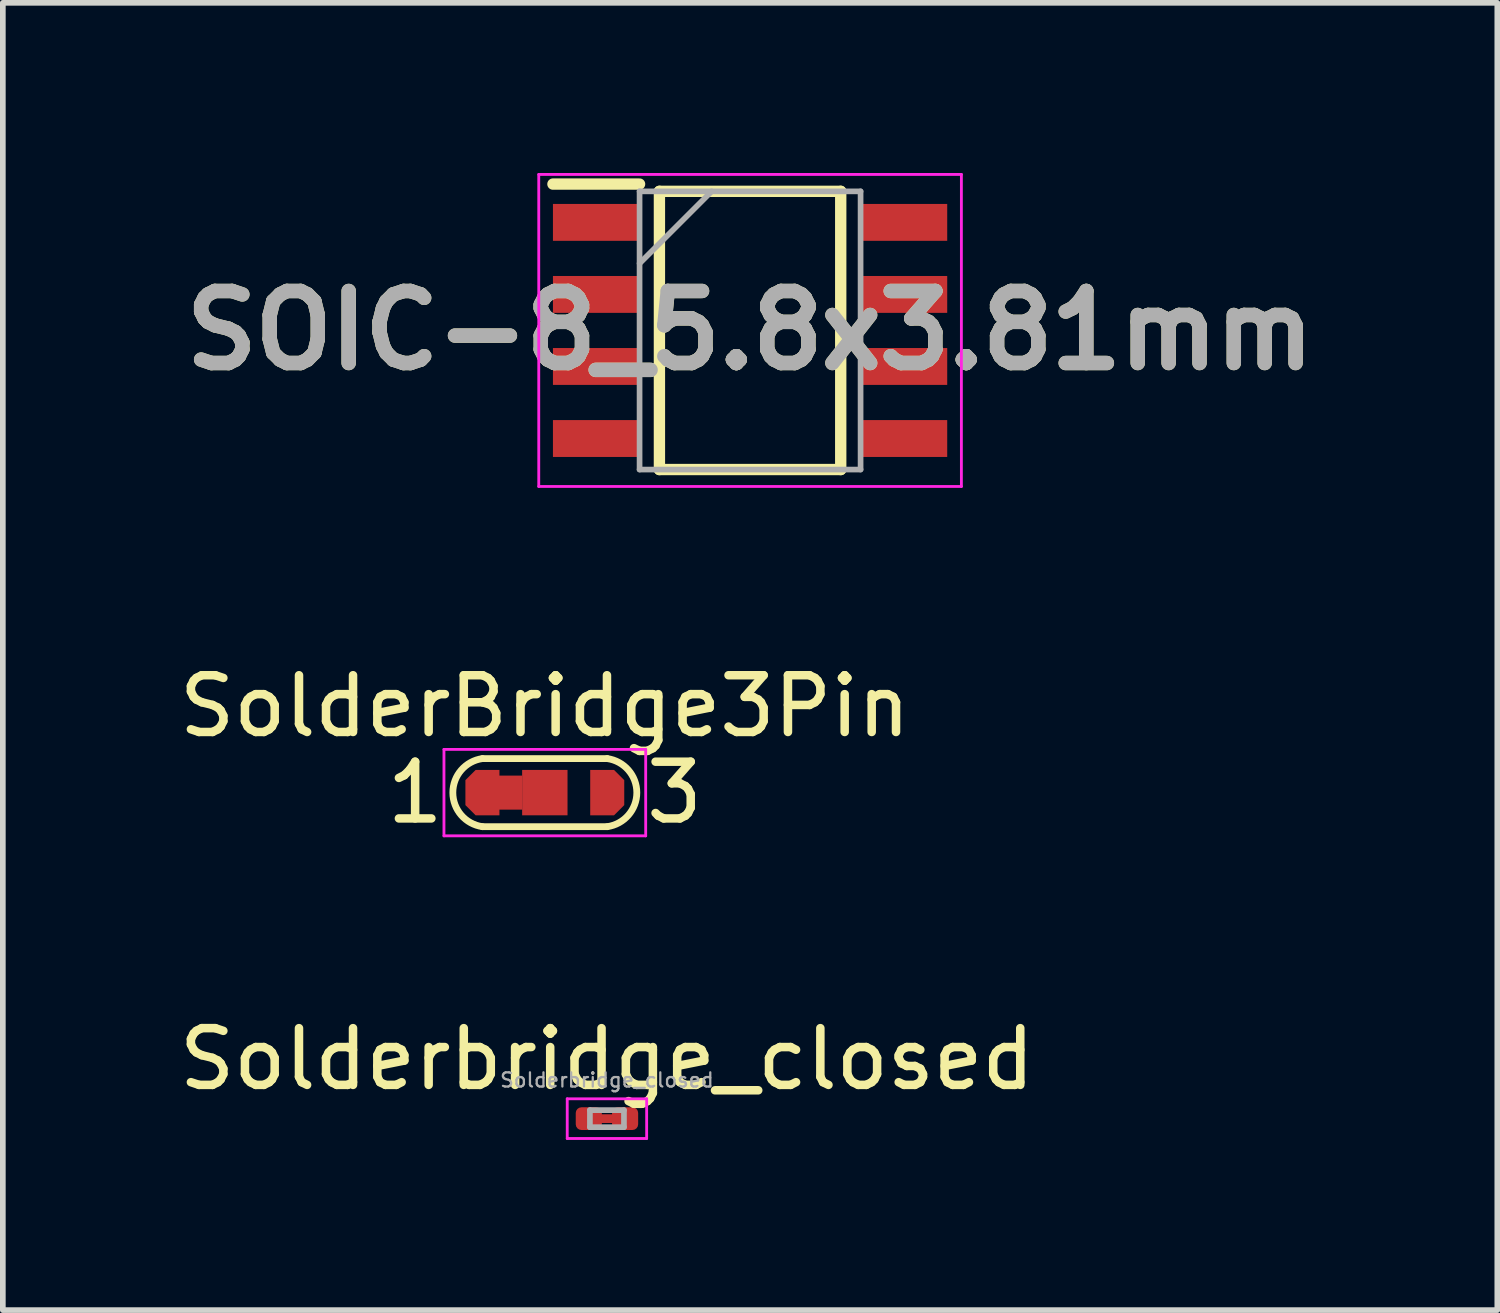
<source format=kicad_pcb>
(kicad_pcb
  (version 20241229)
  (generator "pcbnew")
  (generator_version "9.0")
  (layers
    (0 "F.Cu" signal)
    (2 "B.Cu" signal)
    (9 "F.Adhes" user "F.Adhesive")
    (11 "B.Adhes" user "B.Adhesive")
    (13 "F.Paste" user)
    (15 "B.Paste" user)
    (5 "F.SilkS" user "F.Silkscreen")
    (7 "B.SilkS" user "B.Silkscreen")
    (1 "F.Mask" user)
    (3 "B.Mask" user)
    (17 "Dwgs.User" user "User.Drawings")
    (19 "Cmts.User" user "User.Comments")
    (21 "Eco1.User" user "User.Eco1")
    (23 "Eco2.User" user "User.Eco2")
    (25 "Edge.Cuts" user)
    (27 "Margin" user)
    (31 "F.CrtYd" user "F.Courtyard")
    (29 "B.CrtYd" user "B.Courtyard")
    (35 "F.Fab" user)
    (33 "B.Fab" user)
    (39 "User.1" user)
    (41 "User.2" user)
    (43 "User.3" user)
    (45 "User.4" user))
  (footprint "SOIC-8_5.8x3.81mm"
    (layer "F.Cu")
    (at 10.172 2.775)
    (property "Reference" "SOIC-8_5.8x3.81mm" (at 0 0 0) (layer "F.SilkS") (effects (font (size 1.27 1.27) (thickness 0.254))))
    (attr smd)
    (fp_line (start -3.475 -2.58) (end -1.948 -2.58) (stroke (width 0.2) (type solid)) (layer "F.SilkS"))
    (fp_line (start -1.598 -2.452) (end 1.598 -2.452) (stroke (width 0.2) (type solid)) (layer "F.SilkS"))
    (fp_line (start -1.598 2.452) (end -1.598 -2.452) (stroke (width 0.2) (type solid)) (layer "F.SilkS"))
    (fp_line (start 1.598 -2.452) (end 1.598 2.452) (stroke (width 0.2) (type solid)) (layer "F.SilkS"))
    (fp_line (start 1.598 2.452) (end -1.598 2.452) (stroke (width 0.2) (type solid)) (layer "F.SilkS"))
    (fp_line (start -3.725 -2.75) (end 3.725 -2.75) (stroke (width 0.05) (type solid)) (layer "F.CrtYd"))
    (fp_line (start -3.725 2.75) (end -3.725 -2.75) (stroke (width 0.05) (type solid)) (layer "F.CrtYd"))
    (fp_line (start 3.725 -2.75) (end 3.725 2.75) (stroke (width 0.05) (type solid)) (layer "F.CrtYd"))
    (fp_line (start 3.725 2.75) (end -3.725 2.75) (stroke (width 0.05) (type solid)) (layer "F.CrtYd"))
    (fp_line (start -1.948 -2.452) (end 1.948 -2.452) (stroke (width 0.1) (type solid)) (layer "F.Fab"))
    (fp_line (start -1.948 -1.182) (end -0.678 -2.452) (stroke (width 0.1) (type solid)) (layer "F.Fab"))
    (fp_line (start -1.948 2.452) (end -1.948 -2.452) (stroke (width 0.1) (type solid)) (layer "F.Fab"))
    (fp_line (start 1.948 -2.452) (end 1.948 2.452) (stroke (width 0.1) (type solid)) (layer "F.Fab"))
    (fp_line (start 1.948 2.452) (end -1.948 2.452) (stroke (width 0.1) (type solid)) (layer "F.Fab"))
    (fp_text user "${REFERENCE}" (at 0 0 0) (layer "F.Fab") (effects (font (size 1.27 1.27) (thickness 0.254))))
    (pad "1" smd rect (at -2.711 -1.905 90) (size 0.65 1.528) (layers "F.Cu" "F.Mask" "F.Paste"))
    (pad "2" smd rect (at -2.711 -0.635 90) (size 0.65 1.528) (layers "F.Cu" "F.Mask" "F.Paste"))
    (pad "3" smd rect (at -2.711 0.635 90) (size 0.65 1.528) (layers "F.Cu" "F.Mask" "F.Paste"))
    (pad "4" smd rect (at -2.711 1.905 90) (size 0.65 1.528) (layers "F.Cu" "F.Mask" "F.Paste"))
    (pad "5" smd rect (at 2.711 1.905 90) (size 0.65 1.528) (layers "F.Cu" "F.Mask" "F.Paste"))
    (pad "6" smd rect (at 2.711 0.635 90) (size 0.65 1.528) (layers "F.Cu" "F.Mask" "F.Paste"))
    (pad "7" smd rect (at 2.711 -0.635 90) (size 0.65 1.528) (layers "F.Cu" "F.Mask" "F.Paste"))
    (pad "8" smd rect (at 2.711 -1.905 90) (size 0.65 1.528) (layers "F.Cu" "F.Mask" "F.Paste")))
  (footprint "SolderBridge3Pin"
    (layer "F.Cu")
    (at 6.554 10.922)
    (property "Reference" "SolderBridge3Pin" (at 0 -1.524 0) (layer "F.SilkS") (effects (font (size 1 1) (thickness 0.15))))
    (attr exclude_from_pos_files exclude_from_bom)
    (fp_poly (pts (xy -0.9 -0.3) (xy -0.4 -0.3) (xy -0.4 0.3) (xy -0.9 0.3)) (stroke (width 0) (type solid)) (fill yes) (layer "F.Cu"))
    (fp_line (start -1.1 -0.6) (end 1.1 -0.6) (stroke (width 0.12) (type solid)) (layer "F.SilkS"))
    (fp_line (start 1.1 0.6) (end -1.1 0.6) (stroke (width 0.12) (type solid)) (layer "F.SilkS"))
    (fp_arc (start -1.1 0.6) (mid -1.621851 0) (end -1.1 -0.6) (stroke (width 0.12) (type default)) (layer "F.SilkS"))
    (fp_arc (start 1.1 -0.6) (mid 1.621851 0) (end 1.1 0.6) (stroke (width 0.12) (type default)) (layer "F.SilkS"))
    (fp_line (start -1.778 -0.762) (end -1.778 0.762) (stroke (width 0.05) (type solid)) (layer "F.CrtYd"))
    (fp_line (start -1.778 -0.762) (end 1.778 -0.762) (stroke (width 0.05) (type solid)) (layer "F.CrtYd"))
    (fp_line (start 1.778 0.762) (end -1.778 0.762) (stroke (width 0.05) (type solid)) (layer "F.CrtYd"))
    (fp_line (start 1.778 0.762) (end 1.778 -0.762) (stroke (width 0.05) (type solid)) (layer "F.CrtYd"))
    (fp_text user "3" (at 2.286 0 0) (layer "F.SilkS") (effects (font (size 1 1) (thickness 0.15))))
    (fp_text user "1" (at -2.286 0 0) (layer "F.SilkS") (effects (font (size 1 1) (thickness 0.15))))
    (pad "1" smd roundrect (at -1.1 0) (size 0.6 0.8) (property pad_prop_testpoint) (layers "F.Cu" "F.Mask") (roundrect_rratio 0) (chamfer_ratio 0.3) (chamfer top_left bottom_left))
    (pad "2" smd rect (at 0 0) (size 0.8 0.8) (property pad_prop_testpoint) (layers "F.Cu" "F.Mask"))
    (pad "3" smd roundrect (at 1.1 0 180) (size 0.6 0.8) (property pad_prop_testpoint) (layers "F.Cu" "F.Mask") (roundrect_rratio 0) (chamfer_ratio 0.3) (chamfer top_left bottom_left)))
  (footprint "Solderbridge_closed"
    (layer "F.Cu")
    (at 7.649 16.669)
    (property "Reference" "Solderbridge_closed" (at 0 -1.05 0) (layer "F.SilkS") (effects (font (size 1 1) (thickness 0.15))))
    (attr smd)
    (fp_line (start -0.09 0) (end 0.09 0) (stroke (width 0.154) (type default)) (layer "F.Cu"))
    (fp_line (start -0.7 -0.35) (end 0.7 -0.35) (stroke (width 0.05) (type solid)) (layer "F.CrtYd"))
    (fp_line (start -0.7 0.35) (end -0.7 -0.35) (stroke (width 0.05) (type solid)) (layer "F.CrtYd"))
    (fp_line (start 0.7 -0.35) (end 0.7 0.35) (stroke (width 0.05) (type solid)) (layer "F.CrtYd"))
    (fp_line (start 0.7 0.35) (end -0.7 0.35) (stroke (width 0.05) (type solid)) (layer "F.CrtYd"))
    (fp_line (start -0.3 -0.15) (end 0.3 -0.15) (stroke (width 0.1) (type solid)) (layer "F.Fab"))
    (fp_line (start -0.3 0.15) (end -0.3 -0.15) (stroke (width 0.1) (type solid)) (layer "F.Fab"))
    (fp_line (start 0.3 -0.15) (end 0.3 0.15) (stroke (width 0.1) (type solid)) (layer "F.Fab"))
    (fp_line (start 0.3 0.15) (end -0.3 0.15) (stroke (width 0.1) (type solid)) (layer "F.Fab"))
    (fp_text user "${REFERENCE}" (at 0 -0.68 0) (layer "F.Fab") (effects (font (size 0.25 0.25) (thickness 0.04))))
    (pad "" smd roundrect (at -0.345 0) (size 0.318 0.36) (layers "F.Mask") (roundrect_rratio 0.25))
    (pad "" smd roundrect (at 0.345 0) (size 0.318 0.36) (layers "F.Mask") (roundrect_rratio 0.25))
    (pad "1" smd roundrect (at -0.32 0) (size 0.46 0.4) (layers "F.Cu") (roundrect_rratio 0.25))
    (pad "2" smd roundrect (at 0.32 0) (size 0.46 0.4) (layers "F.Cu") (roundrect_rratio 0.25)))
  (gr_rect
    (start -3 -3)
    (end 23.344 20.044)
    (stroke (width 0.1) (type default))
    (fill no)
    (layer "Edge.Cuts")))
</source>
